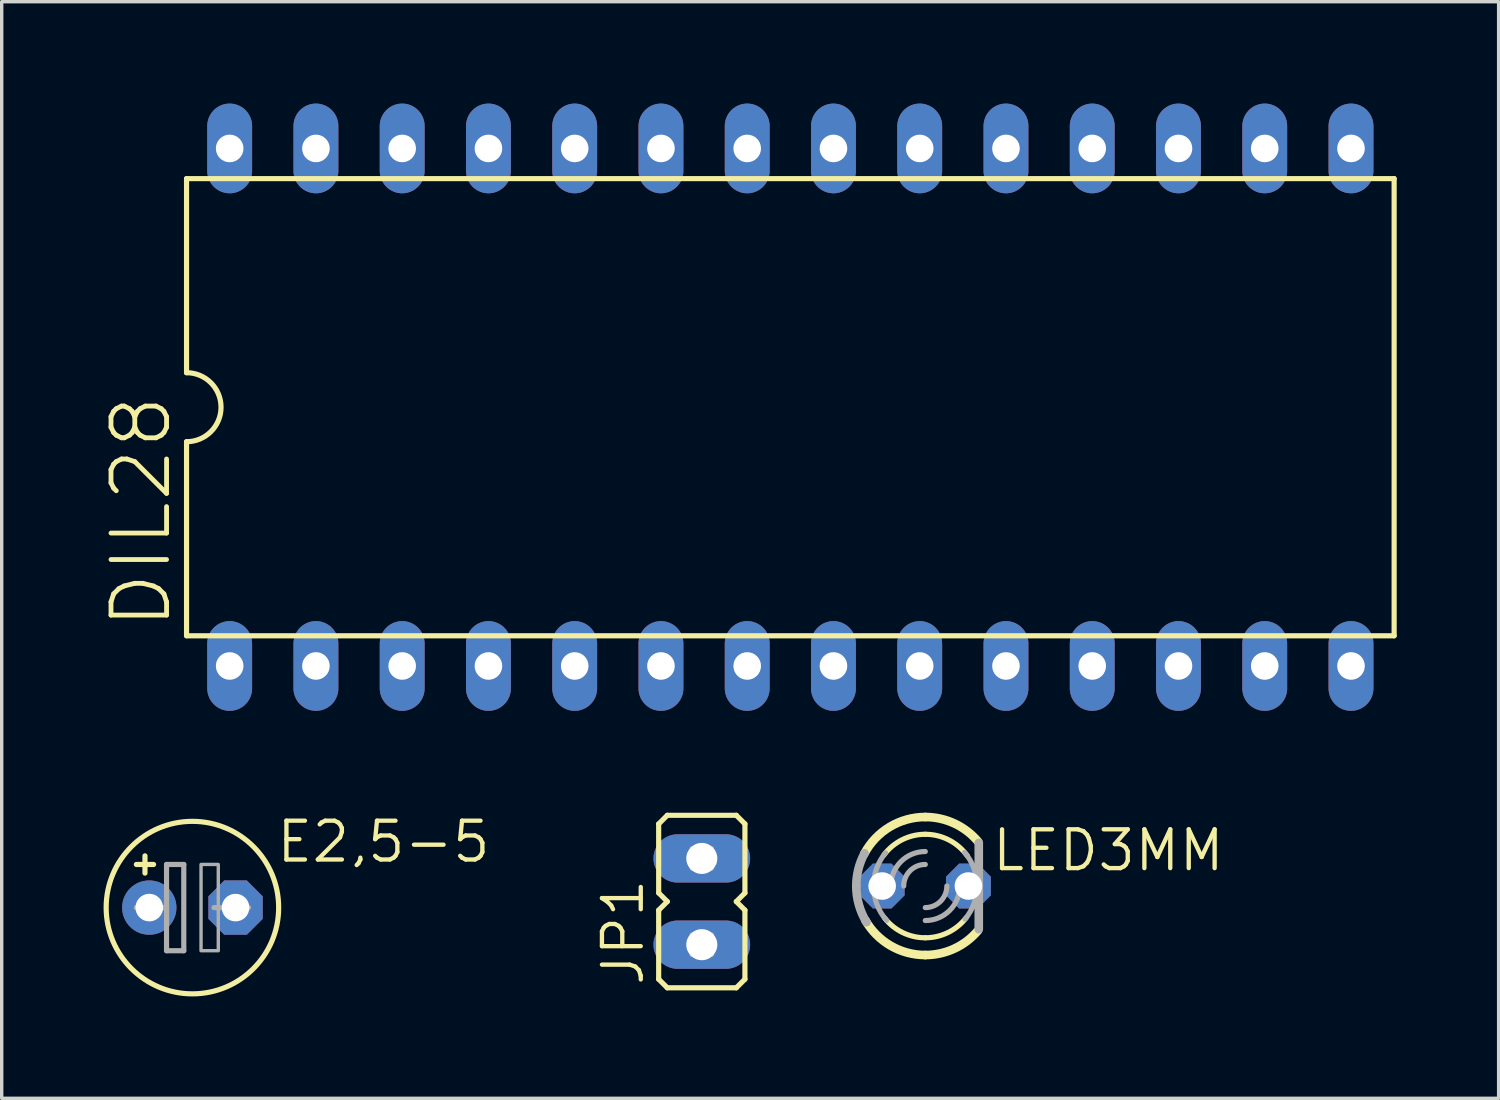
<source format=kicad_pcb>
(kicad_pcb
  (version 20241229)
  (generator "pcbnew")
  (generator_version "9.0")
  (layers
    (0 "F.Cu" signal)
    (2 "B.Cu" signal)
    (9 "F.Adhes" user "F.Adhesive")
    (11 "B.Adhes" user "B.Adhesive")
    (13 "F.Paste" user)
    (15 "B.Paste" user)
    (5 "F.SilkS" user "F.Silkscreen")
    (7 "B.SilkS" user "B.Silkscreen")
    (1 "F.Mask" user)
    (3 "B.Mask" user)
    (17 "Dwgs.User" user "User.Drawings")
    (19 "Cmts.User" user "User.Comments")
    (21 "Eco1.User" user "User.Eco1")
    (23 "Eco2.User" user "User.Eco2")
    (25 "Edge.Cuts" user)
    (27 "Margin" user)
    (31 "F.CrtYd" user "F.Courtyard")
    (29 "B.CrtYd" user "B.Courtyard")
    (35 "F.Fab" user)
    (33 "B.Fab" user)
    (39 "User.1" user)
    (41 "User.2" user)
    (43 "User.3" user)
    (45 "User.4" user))
  (footprint "E2,5-5"
    (layer "F.Cu")
    (at 2.616 23.676)
    (property "Reference" "E2,5-5" (at 2.413 -1.27 0) (layer "F.SilkS") (effects (font (size 1.143 1.143) (thickness 0.127)) (justify left bottom)))
    (fp_line (start -1.651 -1.27) (end -1.397 -1.27) (stroke (width 0.152) (type solid)) (layer "F.SilkS"))
    (fp_line (start -1.397 -1.27) (end -1.397 -1.524) (stroke (width 0.152) (type solid)) (layer "F.SilkS"))
    (fp_line (start -1.397 -1.27) (end -1.143 -1.27) (stroke (width 0.152) (type solid)) (layer "F.SilkS"))
    (fp_line (start -1.397 -1.016) (end -1.397 -1.27) (stroke (width 0.152) (type solid)) (layer "F.SilkS"))
    (fp_circle (center 0 0) (end 2.54 0) (stroke (width 0.152) (type solid)) (fill no) (layer "F.SilkS"))
    (fp_line (start -1.651 0) (end -0.762 0) (stroke (width 0.152) (type solid)) (layer "F.Fab"))
    (fp_line (start -0.762 -1.27) (end -0.762 0) (stroke (width 0.152) (type solid)) (layer "F.Fab"))
    (fp_line (start -0.762 0) (end -0.762 1.27) (stroke (width 0.152) (type solid)) (layer "F.Fab"))
    (fp_line (start -0.762 1.27) (end -0.254 1.27) (stroke (width 0.152) (type solid)) (layer "F.Fab"))
    (fp_line (start -0.254 -1.27) (end -0.762 -1.27) (stroke (width 0.152) (type solid)) (layer "F.Fab"))
    (fp_line (start -0.254 1.27) (end -0.254 -1.27) (stroke (width 0.152) (type solid)) (layer "F.Fab"))
    (fp_line (start 0.635 0) (end 1.651 0) (stroke (width 0.152) (type solid)) (layer "F.Fab"))
    (fp_poly (pts (xy 0.254 1.27) (xy 0.762 1.27) (xy 0.762 -1.27) (xy 0.254 -1.27)) (stroke (width 0.1) (type solid)) (fill no) (layer "F.Fab"))
    (pad "+" thru_hole circle (at -1.27 0) (size 1.6 1.6) (drill 0.813) (layers "*.Cu" "*.Mask"))
    (pad "-" thru_hole roundrect (at 1.27 0) (size 1.6 1.6) (drill 0.813) (layers "*.Cu" "*.Mask") (roundrect_rratio 0.25) (chamfer_ratio 0.293) (chamfer top_left top_right bottom_left bottom_right)))
  (footprint "DIL28"
    (layer "F.Cu")
    (at 20.223 8.941)
    (property "Reference" "DIL28" (at -18.161 6.604 90) (layer "F.SilkS") (effects (font (size 1.636 1.636) (thickness 0.142)) (justify left bottom)))
    (fp_line (start -17.78 -6.731) (end -17.78 -1.016) (stroke (width 0.152) (type solid)) (layer "F.SilkS"))
    (fp_line (start -17.78 6.731) (end -17.78 1.016) (stroke (width 0.152) (type solid)) (layer "F.SilkS"))
    (fp_line (start -17.78 6.731) (end 17.78 6.731) (stroke (width 0.152) (type solid)) (layer "F.SilkS"))
    (fp_line (start 17.78 -6.731) (end -17.78 -6.731) (stroke (width 0.152) (type solid)) (layer "F.SilkS"))
    (fp_line (start 17.78 -6.731) (end 17.78 6.731) (stroke (width 0.152) (type solid)) (layer "F.SilkS"))
    (fp_arc (start -17.78 -1.016) (mid -16.764 0) (end -17.78 1.016) (stroke (width 0.1524) (type solid)) (layer "F.SilkS"))
    (pad "1" thru_hole oval (at -16.51 7.62 90) (size 2.642 1.321) (drill 0.813) (layers "*.Cu" "*.Mask"))
    (pad "2" thru_hole oval (at -13.97 7.62 90) (size 2.642 1.321) (drill 0.813) (layers "*.Cu" "*.Mask"))
    (pad "3" thru_hole oval (at -11.43 7.62 90) (size 2.642 1.321) (drill 0.813) (layers "*.Cu" "*.Mask"))
    (pad "4" thru_hole oval (at -8.89 7.62 90) (size 2.642 1.321) (drill 0.813) (layers "*.Cu" "*.Mask"))
    (pad "5" thru_hole oval (at -6.35 7.62 90) (size 2.642 1.321) (drill 0.813) (layers "*.Cu" "*.Mask"))
    (pad "6" thru_hole oval (at -3.81 7.62 90) (size 2.642 1.321) (drill 0.813) (layers "*.Cu" "*.Mask"))
    (pad "7" thru_hole oval (at -1.27 7.62 90) (size 2.642 1.321) (drill 0.813) (layers "*.Cu" "*.Mask"))
    (pad "8" thru_hole oval (at 1.27 7.62 90) (size 2.642 1.321) (drill 0.813) (layers "*.Cu" "*.Mask"))
    (pad "9" thru_hole oval (at 3.81 7.62 90) (size 2.642 1.321) (drill 0.813) (layers "*.Cu" "*.Mask"))
    (pad "10" thru_hole oval (at 6.35 7.62 90) (size 2.642 1.321) (drill 0.813) (layers "*.Cu" "*.Mask"))
    (pad "11" thru_hole oval (at 8.89 7.62 90) (size 2.642 1.321) (drill 0.813) (layers "*.Cu" "*.Mask"))
    (pad "12" thru_hole oval (at 11.43 7.62 90) (size 2.642 1.321) (drill 0.813) (layers "*.Cu" "*.Mask"))
    (pad "13" thru_hole oval (at 13.97 7.62 90) (size 2.642 1.321) (drill 0.813) (layers "*.Cu" "*.Mask"))
    (pad "14" thru_hole oval (at 16.51 7.62 90) (size 2.642 1.321) (drill 0.813) (layers "*.Cu" "*.Mask"))
    (pad "15" thru_hole oval (at 16.51 -7.62 90) (size 2.642 1.321) (drill 0.813) (layers "*.Cu" "*.Mask"))
    (pad "16" thru_hole oval (at 13.97 -7.62 90) (size 2.642 1.321) (drill 0.813) (layers "*.Cu" "*.Mask"))
    (pad "17" thru_hole oval (at 11.43 -7.62 90) (size 2.642 1.321) (drill 0.813) (layers "*.Cu" "*.Mask"))
    (pad "18" thru_hole oval (at 8.89 -7.62 90) (size 2.642 1.321) (drill 0.813) (layers "*.Cu" "*.Mask"))
    (pad "19" thru_hole oval (at 6.35 -7.62 90) (size 2.642 1.321) (drill 0.813) (layers "*.Cu" "*.Mask"))
    (pad "20" thru_hole oval (at 3.81 -7.62 90) (size 2.642 1.321) (drill 0.813) (layers "*.Cu" "*.Mask"))
    (pad "21" thru_hole oval (at 1.27 -7.62 90) (size 2.642 1.321) (drill 0.813) (layers "*.Cu" "*.Mask"))
    (pad "22" thru_hole oval (at -1.27 -7.62 90) (size 2.642 1.321) (drill 0.813) (layers "*.Cu" "*.Mask"))
    (pad "23" thru_hole oval (at -3.81 -7.62 90) (size 2.642 1.321) (drill 0.813) (layers "*.Cu" "*.Mask"))
    (pad "24" thru_hole oval (at -6.35 -7.62 90) (size 2.642 1.321) (drill 0.813) (layers "*.Cu" "*.Mask"))
    (pad "25" thru_hole oval (at -8.89 -7.62 90) (size 2.642 1.321) (drill 0.813) (layers "*.Cu" "*.Mask"))
    (pad "26" thru_hole oval (at -11.43 -7.62 90) (size 2.642 1.321) (drill 0.813) (layers "*.Cu" "*.Mask"))
    (pad "27" thru_hole oval (at -13.97 -7.62 90) (size 2.642 1.321) (drill 0.813) (layers "*.Cu" "*.Mask"))
    (pad "28" thru_hole oval (at -16.51 -7.62 90) (size 2.642 1.321) (drill 0.813) (layers "*.Cu" "*.Mask")))
  (footprint "LED3MM"
    (layer "F.Cu")
    (at 24.197 23.041)
    (property "Reference" "LED3MM" (at 1.905 -0.381 0) (layer "F.SilkS") (effects (font (size 1.143 1.143) (thickness 0.127)) (justify left bottom)))
    (fp_arc (start -1.7929 -0.9562) (mid -1.045438 -1.7424) (end 0 -2.032) (stroke (width 0.254) (type solid)) (layer "F.SilkS"))
    (fp_arc (start -1.2192 -0.9144) (mid -0.681554 -1.363107) (end 0 -1.524) (stroke (width 0.1524) (type solid)) (layer "F.SilkS"))
    (fp_arc (start 0 -2.032) (mid 0.861864 -1.840173) (end 1.561 -1.3009) (stroke (width 0.254) (type solid)) (layer "F.SilkS"))
    (fp_arc (start 0 -1.524) (mid 0.697339 -1.355082) (end 1.2401 -0.885801) (stroke (width 0.1524) (type solid)) (layer "F.SilkS"))
    (fp_arc (start 0 1.524) (mid -0.669593 1.369018) (end -1.203 0.9356) (stroke (width 0.1524) (type solid)) (layer "F.SilkS"))
    (fp_arc (start 0 2.032) (mid -1.019924 1.757525) (end -1.7643 1.0082) (stroke (width 0.254) (type solid)) (layer "F.SilkS"))
    (fp_arc (start 1.203 0.9356) (mid 0.669593 1.369018) (end 0 1.524) (stroke (width 0.1524) (type solid)) (layer "F.SilkS"))
    (fp_arc (start 1.5512 1.3126) (mid 0.854953 1.843405) (end 0 2.032) (stroke (width 0.254) (type solid)) (layer "F.SilkS"))
    (fp_line (start 1.575 1.27) (end 1.575 -1.27) (stroke (width 0.254) (type solid)) (layer "F.Fab"))
    (fp_arc (start -2.032 0) (mid -1.970339 -0.496775) (end -1.7891 -0.9634) (stroke (width 0.254) (type solid)) (layer "F.Fab"))
    (fp_arc (start -1.7306 1.065) (mid -1.95521 0.553417) (end -2.032 0) (stroke (width 0.254) (type solid)) (layer "F.Fab"))
    (fp_arc (start -1.524 0) (mid -1.432981 -0.518783) (end -1.1708 -0.9756) (stroke (width 0.1524) (type solid)) (layer "F.Fab"))
    (fp_arc (start -1.1391 1.0125) (mid -1.42454 0.5416) (end -1.524 0) (stroke (width 0.1524) (type solid)) (layer "F.Fab"))
    (fp_arc (start -1.016 0) (mid -0.71842 -0.71842) (end 0 -1.016) (stroke (width 0.1524) (type solid)) (layer "F.Fab"))
    (fp_arc (start -0.635 0) (mid -0.449013 -0.449013) (end 0 -0.635) (stroke (width 0.1524) (type solid)) (layer "F.Fab"))
    (fp_arc (start 0.635 0) (mid 0.449013 0.449013) (end 0 0.635) (stroke (width 0.1524) (type solid)) (layer "F.Fab"))
    (fp_arc (start 1.016 0) (mid 0.71842 0.71842) (end 0 1.016) (stroke (width 0.1524) (type solid)) (layer "F.Fab"))
    (fp_arc (start 1.1571 -0.9918) (mid 1.429332 -0.528744) (end 1.524 0) (stroke (width 0.1524) (type solid)) (layer "F.Fab"))
    (fp_arc (start 1.524 0) (mid 1.432981 0.518783) (end 1.1708 0.9756) (stroke (width 0.1524) (type solid)) (layer "F.Fab"))
    (pad "A" thru_hole roundrect (at -1.27 0) (size 1.321 1.321) (drill 0.813) (layers "*.Cu" "*.Mask") (roundrect_rratio 0.25) (chamfer_ratio 0.293) (chamfer top_left top_right bottom_left bottom_right))
    (pad "K" thru_hole roundrect (at 1.27 0) (size 1.321 1.321) (drill 0.813) (layers "*.Cu" "*.Mask") (roundrect_rratio 0.25) (chamfer_ratio 0.293) (chamfer top_left top_right bottom_left bottom_right)))
  (footprint "JP1"
    (layer "F.Cu")
    (at 17.616 23.498)
    (property "Reference" "JP1" (at -1.651 2.54 90) (layer "F.SilkS") (effects (font (size 1.143 1.143) (thickness 0.127)) (justify left bottom)))
    (fp_line (start -1.27 -2.286) (end -1.27 -0.254) (stroke (width 0.152) (type solid)) (layer "F.SilkS"))
    (fp_line (start -1.27 -2.286) (end -1.016 -2.54) (stroke (width 0.152) (type solid)) (layer "F.SilkS"))
    (fp_line (start -1.27 0.254) (end -1.27 2.286) (stroke (width 0.152) (type solid)) (layer "F.SilkS"))
    (fp_line (start -1.016 0) (end -1.27 -0.254) (stroke (width 0.152) (type solid)) (layer "F.SilkS"))
    (fp_line (start -1.016 0) (end -1.27 0.254) (stroke (width 0.152) (type solid)) (layer "F.SilkS"))
    (fp_line (start -1.016 2.54) (end -1.27 2.286) (stroke (width 0.152) (type solid)) (layer "F.SilkS"))
    (fp_line (start -1.016 2.54) (end 1.016 2.54) (stroke (width 0.152) (type solid)) (layer "F.SilkS"))
    (fp_line (start 1.016 -2.54) (end -1.016 -2.54) (stroke (width 0.152) (type solid)) (layer "F.SilkS"))
    (fp_line (start 1.016 0) (end 1.27 -0.254) (stroke (width 0.152) (type solid)) (layer "F.SilkS"))
    (fp_line (start 1.016 0) (end 1.27 0.254) (stroke (width 0.152) (type solid)) (layer "F.SilkS"))
    (fp_line (start 1.016 2.54) (end 1.27 2.286) (stroke (width 0.152) (type solid)) (layer "F.SilkS"))
    (fp_line (start 1.27 -2.286) (end 1.016 -2.54) (stroke (width 0.152) (type solid)) (layer "F.SilkS"))
    (fp_line (start 1.27 -2.286) (end 1.27 -0.254) (stroke (width 0.152) (type solid)) (layer "F.SilkS"))
    (fp_line (start 1.27 0.254) (end 1.27 2.286) (stroke (width 0.152) (type solid)) (layer "F.SilkS"))
    (fp_poly (pts (xy -0.305 -0.965) (xy 0.305 -0.965) (xy 0.305 -1.575) (xy -0.305 -1.575)) (stroke (width 0.1) (type solid)) (fill no) (layer "F.Fab"))
    (fp_poly (pts (xy -0.305 1.575) (xy 0.305 1.575) (xy 0.305 0.965) (xy -0.305 0.965)) (stroke (width 0.1) (type solid)) (fill no) (layer "F.Fab"))
    (pad "1" thru_hole oval (at 0 1.27) (size 2.845 1.422) (drill 0.914) (layers "*.Cu" "*.Mask"))
    (pad "2" thru_hole oval (at 0 -1.27) (size 2.845 1.422) (drill 0.914) (layers "*.Cu" "*.Mask")))
  (gr_rect
    (start -3 -3)
    (end 41.08 29.292)
    (stroke (width 0.1) (type default))
    (fill no)
    (layer "Edge.Cuts")))
</source>
